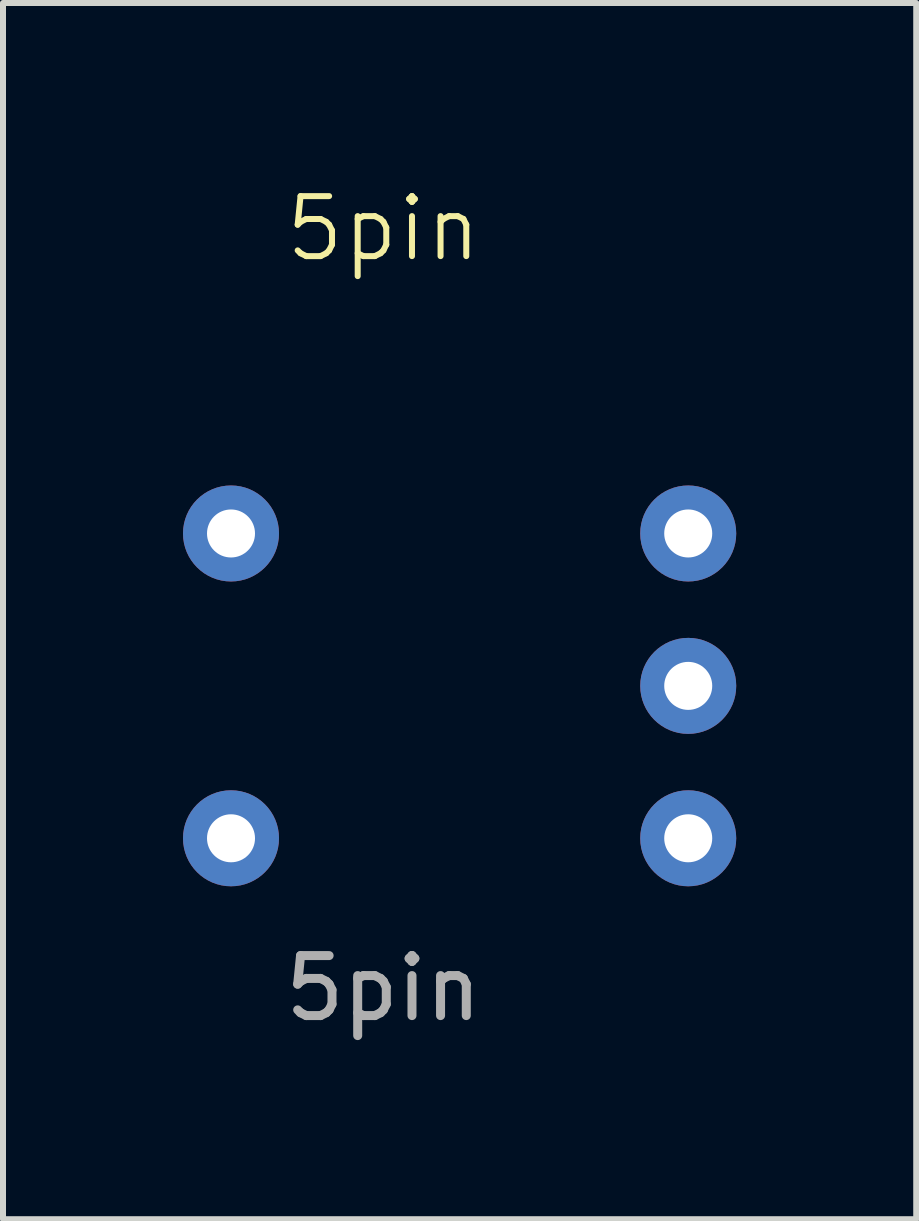
<source format=kicad_pcb>
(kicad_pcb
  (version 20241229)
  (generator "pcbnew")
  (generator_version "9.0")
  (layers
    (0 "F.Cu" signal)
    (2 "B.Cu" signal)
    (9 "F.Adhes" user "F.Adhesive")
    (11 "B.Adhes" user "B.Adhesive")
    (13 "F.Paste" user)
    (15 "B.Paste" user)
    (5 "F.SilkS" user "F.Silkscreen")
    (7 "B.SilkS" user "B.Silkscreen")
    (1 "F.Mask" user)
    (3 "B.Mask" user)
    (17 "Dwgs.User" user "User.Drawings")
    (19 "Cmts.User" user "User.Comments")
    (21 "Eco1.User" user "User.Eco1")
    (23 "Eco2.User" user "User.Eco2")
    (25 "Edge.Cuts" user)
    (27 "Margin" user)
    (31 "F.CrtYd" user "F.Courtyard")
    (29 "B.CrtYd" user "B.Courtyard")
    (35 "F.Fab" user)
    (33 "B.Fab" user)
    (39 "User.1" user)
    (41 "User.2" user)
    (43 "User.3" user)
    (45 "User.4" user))
  (footprint "5pin"
    (layer "F.Cu")
    (at 3.34 10.921)
    (property "Reference" "5pin" (at 0 -10.16 0) (unlocked yes) (layer "F.SilkS") (effects (font (size 1 1) (thickness 0.1))))
    (attr through_hole)
    (fp_text user "${REFERENCE}" (at 0 2.5 0) (unlocked yes) (layer "F.Fab") (effects (font (size 1 1) (thickness 0.15))))
    (pad "1" thru_hole circle (at 5.08 -5.08) (size 1.6 1.6) (drill 0.8) (layers "*.Cu" "*.Mask"))
    (pad "2" thru_hole circle (at 5.08 -2.54) (size 1.6 1.6) (drill 0.8) (layers "*.Cu" "*.Mask"))
    (pad "3" thru_hole circle (at 5.08 0) (size 1.6 1.6) (drill 0.8) (layers "*.Cu" "*.Mask"))
    (pad "4" thru_hole circle (at -2.54 0) (size 1.6 1.6) (drill 0.8) (layers "*.Cu" "*.Mask"))
    (pad "5" thru_hole circle (at -2.54 -5.08) (size 1.6 1.6) (drill 0.8) (layers "*.Cu" "*.Mask")))
  (gr_rect
    (start -3 -3)
    (end 12.22 17.269)
    (stroke (width 0.1) (type default))
    (fill no)
    (layer "Edge.Cuts")))
</source>
